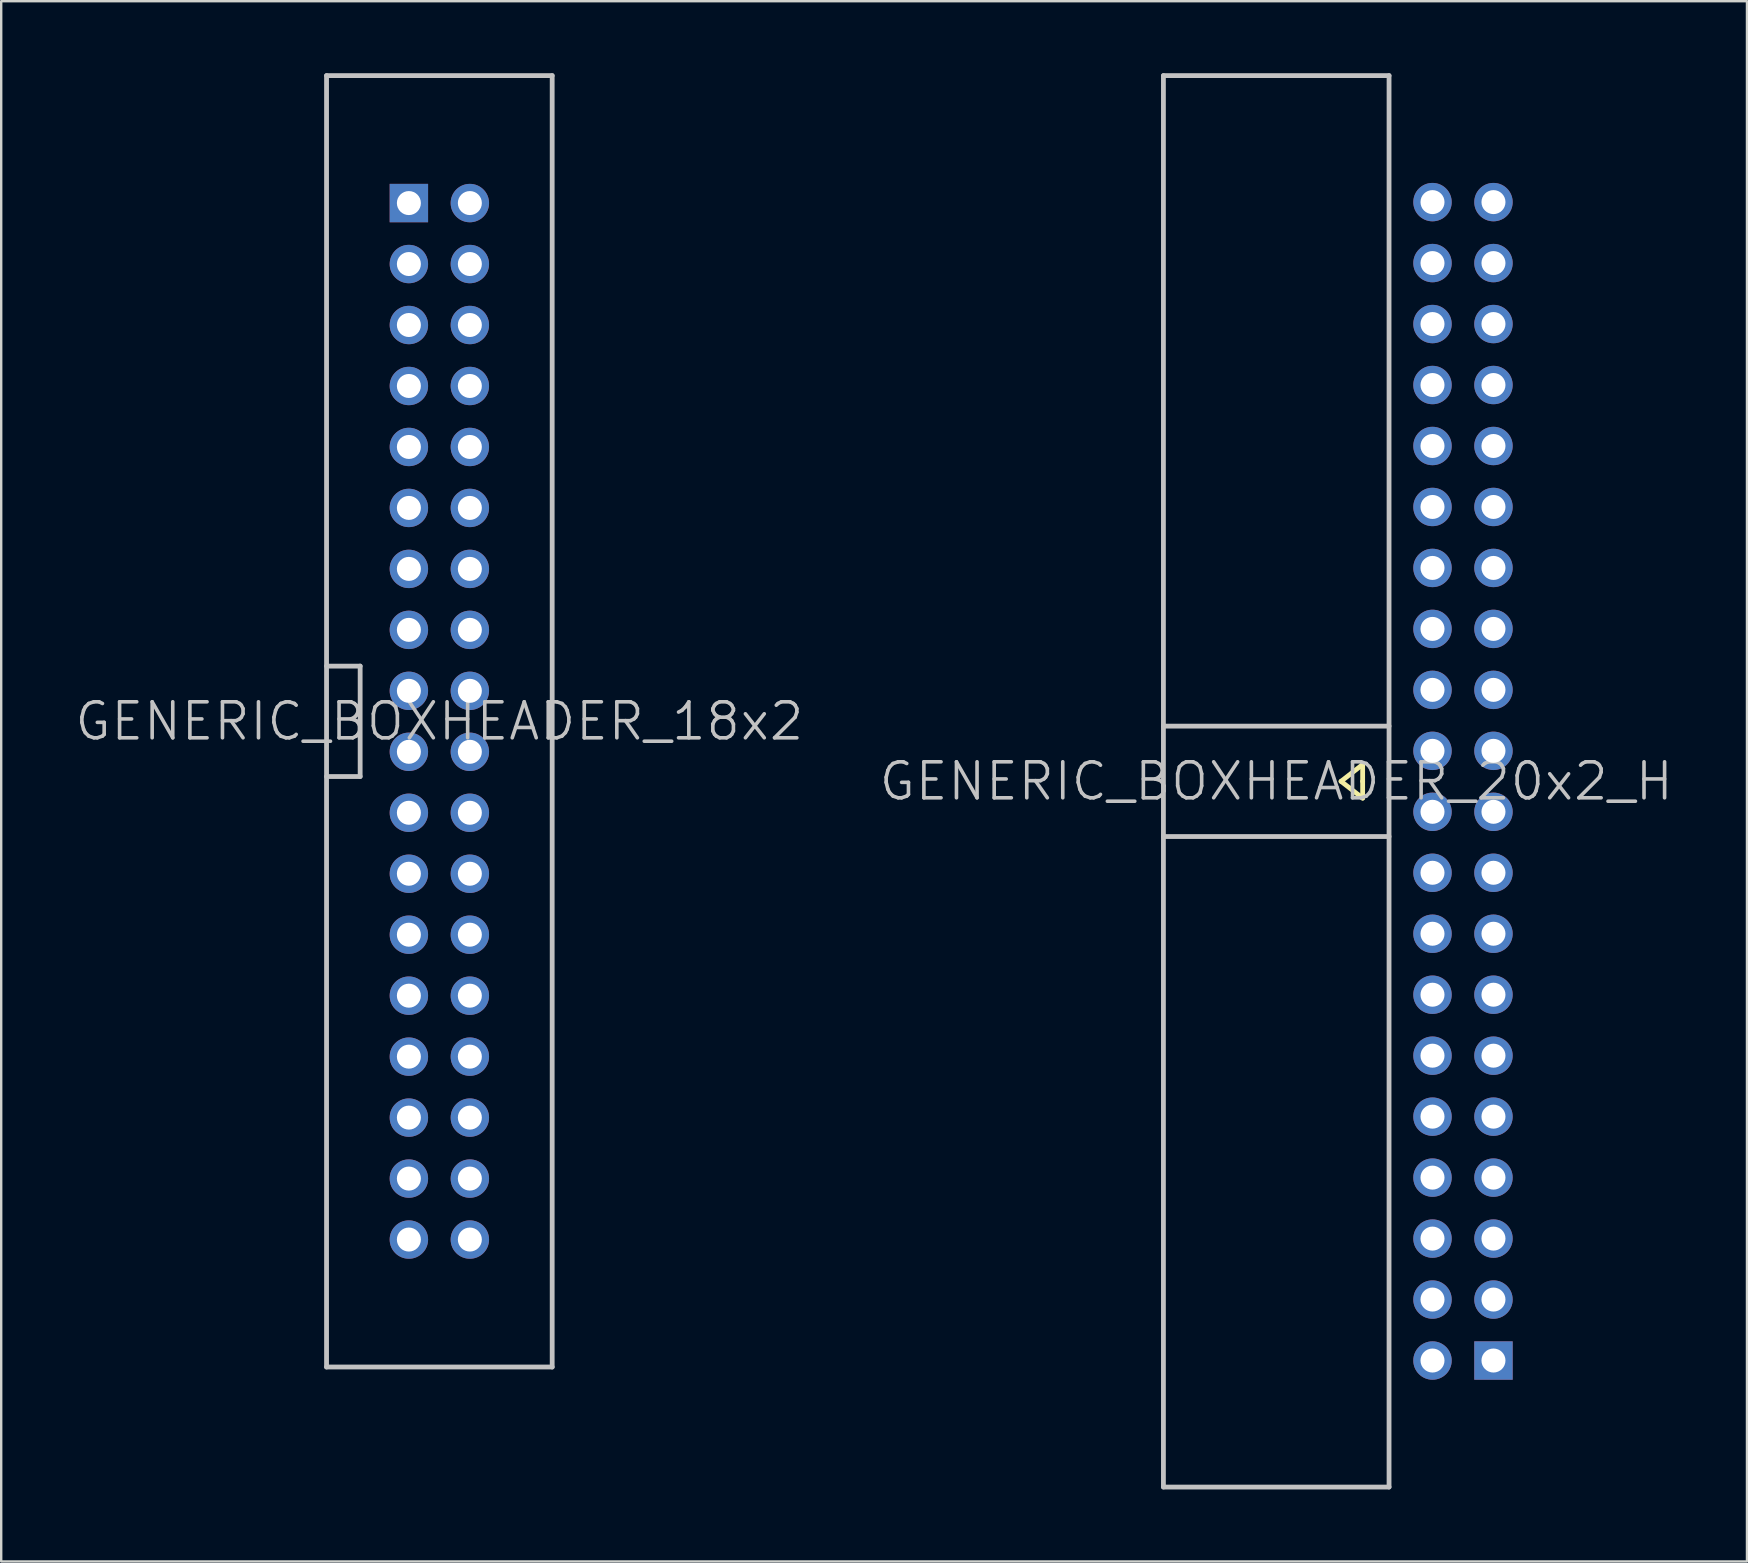
<source format=kicad_pcb>
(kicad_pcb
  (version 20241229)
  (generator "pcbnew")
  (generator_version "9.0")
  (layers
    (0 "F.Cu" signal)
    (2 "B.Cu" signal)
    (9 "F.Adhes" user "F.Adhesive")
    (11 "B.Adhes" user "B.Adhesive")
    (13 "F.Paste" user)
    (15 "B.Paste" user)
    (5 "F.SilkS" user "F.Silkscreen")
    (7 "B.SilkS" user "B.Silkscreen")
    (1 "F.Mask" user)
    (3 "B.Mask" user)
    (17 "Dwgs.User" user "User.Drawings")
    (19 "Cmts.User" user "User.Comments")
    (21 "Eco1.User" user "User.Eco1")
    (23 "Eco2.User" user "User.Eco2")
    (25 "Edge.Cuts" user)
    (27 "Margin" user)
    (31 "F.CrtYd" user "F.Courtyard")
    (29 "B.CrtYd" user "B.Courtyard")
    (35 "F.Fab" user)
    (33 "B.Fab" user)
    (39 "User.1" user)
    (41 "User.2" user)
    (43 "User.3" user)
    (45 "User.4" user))
  (footprint "GENERIC_BOXHEADER_20x2_H"
    (layer "F.Cu")
    (at 52.818 29.5)
    (property "Reference" "GENERIC_BOXHEADER_20x2_H" (at -2.7 0 180) (layer "Dwgs.User") (effects (font (size 1.5 1.5) (thickness 0.15))))
    (attr through_hole)
    (fp_line (start 0 0) (end 0.9 0.7) (stroke (width 0.2) (type solid)) (layer "F.SilkS"))
    (fp_line (start 0.9 -0.7) (end 0 0) (stroke (width 0.2) (type solid)) (layer "F.SilkS"))
    (fp_line (start 0.9 0) (end 0.9 -0.7) (stroke (width 0.2) (type solid)) (layer "F.SilkS"))
    (fp_line (start 0.9 0.7) (end 0.9 0) (stroke (width 0.2) (type solid)) (layer "F.SilkS"))
    (fp_line (start -7.4 -29.4) (end -7.4 29.4) (stroke (width 0.2) (type solid)) (layer "Dwgs.User"))
    (fp_line (start -7.4 -29.4) (end 2 -29.4) (stroke (width 0.2) (type solid)) (layer "Dwgs.User"))
    (fp_line (start -7.4 -2.3) (end 2 -2.3) (stroke (width 0.2) (type solid)) (layer "Dwgs.User"))
    (fp_line (start -7.4 2.3) (end 2 2.3) (stroke (width 0.2) (type solid)) (layer "Dwgs.User"))
    (fp_line (start -7.4 29.4) (end 2 29.4) (stroke (width 0.2) (type solid)) (layer "Dwgs.User"))
    (fp_line (start 2 29.4) (end 2 -29.4) (stroke (width 0.2) (type solid)) (layer "Dwgs.User"))
    (pad "1" thru_hole rect (at 6.35 24.13) (size 1.6 1.6) (drill 1) (layers "*.Cu" "*.Mask"))
    (pad "2" thru_hole circle (at 3.81 24.13 90) (size 1.6 1.6) (drill 1) (layers "*.Cu" "*.Mask"))
    (pad "3" thru_hole circle (at 6.35 21.59 90) (size 1.6 1.6) (drill 1) (layers "*.Cu" "*.Mask"))
    (pad "4" thru_hole circle (at 3.81 21.59 90) (size 1.6 1.6) (drill 1) (layers "*.Cu" "*.Mask"))
    (pad "5" thru_hole circle (at 6.35 19.05 90) (size 1.6 1.6) (drill 1) (layers "*.Cu" "*.Mask"))
    (pad "6" thru_hole circle (at 3.81 19.05 90) (size 1.6 1.6) (drill 1) (layers "*.Cu" "*.Mask"))
    (pad "7" thru_hole circle (at 6.35 16.51 90) (size 1.6 1.6) (drill 1) (layers "*.Cu" "*.Mask"))
    (pad "8" thru_hole circle (at 3.81 16.51 90) (size 1.6 1.6) (drill 1) (layers "*.Cu" "*.Mask"))
    (pad "9" thru_hole circle (at 6.35 13.97 90) (size 1.6 1.6) (drill 1) (layers "*.Cu" "*.Mask"))
    (pad "10" thru_hole circle (at 3.81 13.97 90) (size 1.6 1.6) (drill 1) (layers "*.Cu" "*.Mask"))
    (pad "11" thru_hole circle (at 6.35 11.43 90) (size 1.6 1.6) (drill 1) (layers "*.Cu" "*.Mask"))
    (pad "12" thru_hole circle (at 3.81 11.43 90) (size 1.6 1.6) (drill 1) (layers "*.Cu" "*.Mask"))
    (pad "13" thru_hole circle (at 6.35 8.89 90) (size 1.6 1.6) (drill 1) (layers "*.Cu" "*.Mask"))
    (pad "14" thru_hole circle (at 3.81 8.89 90) (size 1.6 1.6) (drill 1) (layers "*.Cu" "*.Mask"))
    (pad "15" thru_hole circle (at 6.35 6.35 90) (size 1.6 1.6) (drill 1) (layers "*.Cu" "*.Mask"))
    (pad "16" thru_hole circle (at 3.81 6.35 90) (size 1.6 1.6) (drill 1) (layers "*.Cu" "*.Mask"))
    (pad "17" thru_hole circle (at 6.35 3.81 90) (size 1.6 1.6) (drill 1) (layers "*.Cu" "*.Mask"))
    (pad "18" thru_hole circle (at 3.81 3.81 90) (size 1.6 1.6) (drill 1) (layers "*.Cu" "*.Mask"))
    (pad "19" thru_hole circle (at 6.35 1.27 90) (size 1.6 1.6) (drill 1) (layers "*.Cu" "*.Mask"))
    (pad "20" thru_hole circle (at 3.81 1.27 90) (size 1.6 1.6) (drill 1) (layers "*.Cu" "*.Mask"))
    (pad "21" thru_hole circle (at 6.35 -1.27 90) (size 1.6 1.6) (drill 1) (layers "*.Cu" "*.Mask"))
    (pad "22" thru_hole circle (at 3.81 -1.27 90) (size 1.6 1.6) (drill 1) (layers "*.Cu" "*.Mask"))
    (pad "23" thru_hole circle (at 6.35 -3.81 90) (size 1.6 1.6) (drill 1) (layers "*.Cu" "*.Mask"))
    (pad "24" thru_hole circle (at 3.81 -3.81 90) (size 1.6 1.6) (drill 1) (layers "*.Cu" "*.Mask"))
    (pad "25" thru_hole circle (at 6.35 -6.35 90) (size 1.6 1.6) (drill 1) (layers "*.Cu" "*.Mask"))
    (pad "26" thru_hole circle (at 3.81 -6.35 90) (size 1.6 1.6) (drill 1) (layers "*.Cu" "*.Mask"))
    (pad "27" thru_hole circle (at 6.35 -8.89 90) (size 1.6 1.6) (drill 1) (layers "*.Cu" "*.Mask"))
    (pad "28" thru_hole circle (at 3.81 -8.89 90) (size 1.6 1.6) (drill 1) (layers "*.Cu" "*.Mask"))
    (pad "29" thru_hole circle (at 6.35 -11.43 90) (size 1.6 1.6) (drill 1) (layers "*.Cu" "*.Mask"))
    (pad "30" thru_hole circle (at 3.81 -11.43 90) (size 1.6 1.6) (drill 1) (layers "*.Cu" "*.Mask"))
    (pad "31" thru_hole circle (at 6.35 -13.97 90) (size 1.6 1.6) (drill 1) (layers "*.Cu" "*.Mask"))
    (pad "32" thru_hole circle (at 3.81 -13.97 90) (size 1.6 1.6) (drill 1) (layers "*.Cu" "*.Mask"))
    (pad "33" thru_hole circle (at 6.35 -16.51 90) (size 1.6 1.6) (drill 1) (layers "*.Cu" "*.Mask"))
    (pad "34" thru_hole circle (at 3.81 -16.51 90) (size 1.6 1.6) (drill 1) (layers "*.Cu" "*.Mask"))
    (pad "35" thru_hole circle (at 6.35 -19.05 90) (size 1.6 1.6) (drill 1) (layers "*.Cu" "*.Mask"))
    (pad "36" thru_hole circle (at 3.81 -19.05 90) (size 1.6 1.6) (drill 1) (layers "*.Cu" "*.Mask"))
    (pad "37" thru_hole circle (at 6.35 -21.59 90) (size 1.6 1.6) (drill 1) (layers "*.Cu" "*.Mask"))
    (pad "38" thru_hole circle (at 3.81 -21.59 90) (size 1.6 1.6) (drill 1) (layers "*.Cu" "*.Mask"))
    (pad "39" thru_hole circle (at 6.35 -24.13 90) (size 1.6 1.6) (drill 1) (layers "*.Cu" "*.Mask"))
    (pad "40" thru_hole circle (at 3.81 -24.13 90) (size 1.6 1.6) (drill 1) (layers "*.Cu" "*.Mask")))
  (footprint "GENERIC_BOXHEADER_18x2"
    (layer "F.Cu")
    (at 15.254 27)
    (property "Reference" "GENERIC_BOXHEADER_18x2" (at 0 0 180) (layer "Dwgs.User") (effects (font (size 1.5 1.5) (thickness 0.15))))
    (attr through_hole)
    (fp_line (start -4.7 -26.9) (end -4.7 26.9) (stroke (width 0.2) (type solid)) (layer "Dwgs.User"))
    (fp_line (start -4.7 2.3) (end -3.3 2.3) (stroke (width 0.2) (type solid)) (layer "Dwgs.User"))
    (fp_line (start -3.3 -2.3) (end -4.7 -2.3) (stroke (width 0.2) (type solid)) (layer "Dwgs.User"))
    (fp_line (start -3.3 2.3) (end -3.3 -2.3) (stroke (width 0.2) (type solid)) (layer "Dwgs.User"))
    (fp_line (start 4.7 -26.9) (end -4.7 -26.9) (stroke (width 0.2) (type solid)) (layer "Dwgs.User"))
    (fp_line (start 4.7 26.9) (end -4.7 26.9) (stroke (width 0.2) (type solid)) (layer "Dwgs.User"))
    (fp_line (start 4.7 26.9) (end 4.7 -26.9) (stroke (width 0.2) (type solid)) (layer "Dwgs.User"))
    (pad "1" thru_hole rect (at -1.27 -21.59) (size 1.6 1.6) (drill 1) (layers "*.Cu" "*.Mask"))
    (pad "2" thru_hole circle (at 1.27 -21.59 270) (size 1.6 1.6) (drill 1) (layers "*.Cu" "*.Mask"))
    (pad "3" thru_hole circle (at -1.27 -19.05 270) (size 1.6 1.6) (drill 1) (layers "*.Cu" "*.Mask"))
    (pad "4" thru_hole circle (at 1.27 -19.05 270) (size 1.6 1.6) (drill 1) (layers "*.Cu" "*.Mask"))
    (pad "5" thru_hole circle (at -1.27 -16.51 270) (size 1.6 1.6) (drill 1) (layers "*.Cu" "*.Mask"))
    (pad "6" thru_hole circle (at 1.27 -16.51 270) (size 1.6 1.6) (drill 1) (layers "*.Cu" "*.Mask"))
    (pad "7" thru_hole circle (at -1.27 -13.97 270) (size 1.6 1.6) (drill 1) (layers "*.Cu" "*.Mask"))
    (pad "8" thru_hole circle (at 1.27 -13.97 270) (size 1.6 1.6) (drill 1) (layers "*.Cu" "*.Mask"))
    (pad "9" thru_hole circle (at -1.27 -11.43 270) (size 1.6 1.6) (drill 1) (layers "*.Cu" "*.Mask"))
    (pad "10" thru_hole circle (at 1.27 -11.43 270) (size 1.6 1.6) (drill 1) (layers "*.Cu" "*.Mask"))
    (pad "11" thru_hole circle (at -1.27 -8.89 270) (size 1.6 1.6) (drill 1) (layers "*.Cu" "*.Mask"))
    (pad "12" thru_hole circle (at 1.27 -8.89 270) (size 1.6 1.6) (drill 1) (layers "*.Cu" "*.Mask"))
    (pad "13" thru_hole circle (at -1.27 -6.35 270) (size 1.6 1.6) (drill 1) (layers "*.Cu" "*.Mask"))
    (pad "14" thru_hole circle (at 1.27 -6.35 270) (size 1.6 1.6) (drill 1) (layers "*.Cu" "*.Mask"))
    (pad "15" thru_hole circle (at -1.27 -3.81 270) (size 1.6 1.6) (drill 1) (layers "*.Cu" "*.Mask"))
    (pad "16" thru_hole circle (at 1.27 -3.81 270) (size 1.6 1.6) (drill 1) (layers "*.Cu" "*.Mask"))
    (pad "17" thru_hole circle (at -1.27 -1.27 270) (size 1.6 1.6) (drill 1) (layers "*.Cu" "*.Mask"))
    (pad "18" thru_hole circle (at 1.27 -1.27 270) (size 1.6 1.6) (drill 1) (layers "*.Cu" "*.Mask"))
    (pad "19" thru_hole circle (at -1.27 1.27 270) (size 1.6 1.6) (drill 1) (layers "*.Cu" "*.Mask"))
    (pad "20" thru_hole circle (at 1.27 1.27 270) (size 1.6 1.6) (drill 1) (layers "*.Cu" "*.Mask"))
    (pad "21" thru_hole circle (at -1.27 3.81 270) (size 1.6 1.6) (drill 1) (layers "*.Cu" "*.Mask"))
    (pad "22" thru_hole circle (at 1.27 3.81 270) (size 1.6 1.6) (drill 1) (layers "*.Cu" "*.Mask"))
    (pad "23" thru_hole circle (at -1.27 6.35 270) (size 1.6 1.6) (drill 1) (layers "*.Cu" "*.Mask"))
    (pad "24" thru_hole circle (at 1.27 6.35 270) (size 1.6 1.6) (drill 1) (layers "*.Cu" "*.Mask"))
    (pad "25" thru_hole circle (at -1.27 8.89 270) (size 1.6 1.6) (drill 1) (layers "*.Cu" "*.Mask"))
    (pad "26" thru_hole circle (at 1.27 8.89 270) (size 1.6 1.6) (drill 1) (layers "*.Cu" "*.Mask"))
    (pad "27" thru_hole circle (at -1.27 11.43 270) (size 1.6 1.6) (drill 1) (layers "*.Cu" "*.Mask"))
    (pad "28" thru_hole circle (at 1.27 11.43 270) (size 1.6 1.6) (drill 1) (layers "*.Cu" "*.Mask"))
    (pad "29" thru_hole circle (at -1.27 13.97 270) (size 1.6 1.6) (drill 1) (layers "*.Cu" "*.Mask"))
    (pad "30" thru_hole circle (at 1.27 13.97 270) (size 1.6 1.6) (drill 1) (layers "*.Cu" "*.Mask"))
    (pad "31" thru_hole circle (at -1.27 16.51 270) (size 1.6 1.6) (drill 1) (layers "*.Cu" "*.Mask"))
    (pad "32" thru_hole circle (at 1.27 16.51 270) (size 1.6 1.6) (drill 1) (layers "*.Cu" "*.Mask"))
    (pad "33" thru_hole circle (at -1.27 19.05 270) (size 1.6 1.6) (drill 1) (layers "*.Cu" "*.Mask"))
    (pad "34" thru_hole circle (at 1.27 19.05 270) (size 1.6 1.6) (drill 1) (layers "*.Cu" "*.Mask"))
    (pad "35" thru_hole circle (at -1.27 21.59 270) (size 1.6 1.6) (drill 1) (layers "*.Cu" "*.Mask"))
    (pad "36" thru_hole circle (at 1.27 21.59 270) (size 1.6 1.6) (drill 1) (layers "*.Cu" "*.Mask")))
  (gr_rect
    (start -3 -3)
    (end 69.729 62)
    (stroke (width 0.1) (type default))
    (fill no)
    (layer "Edge.Cuts")))
</source>
